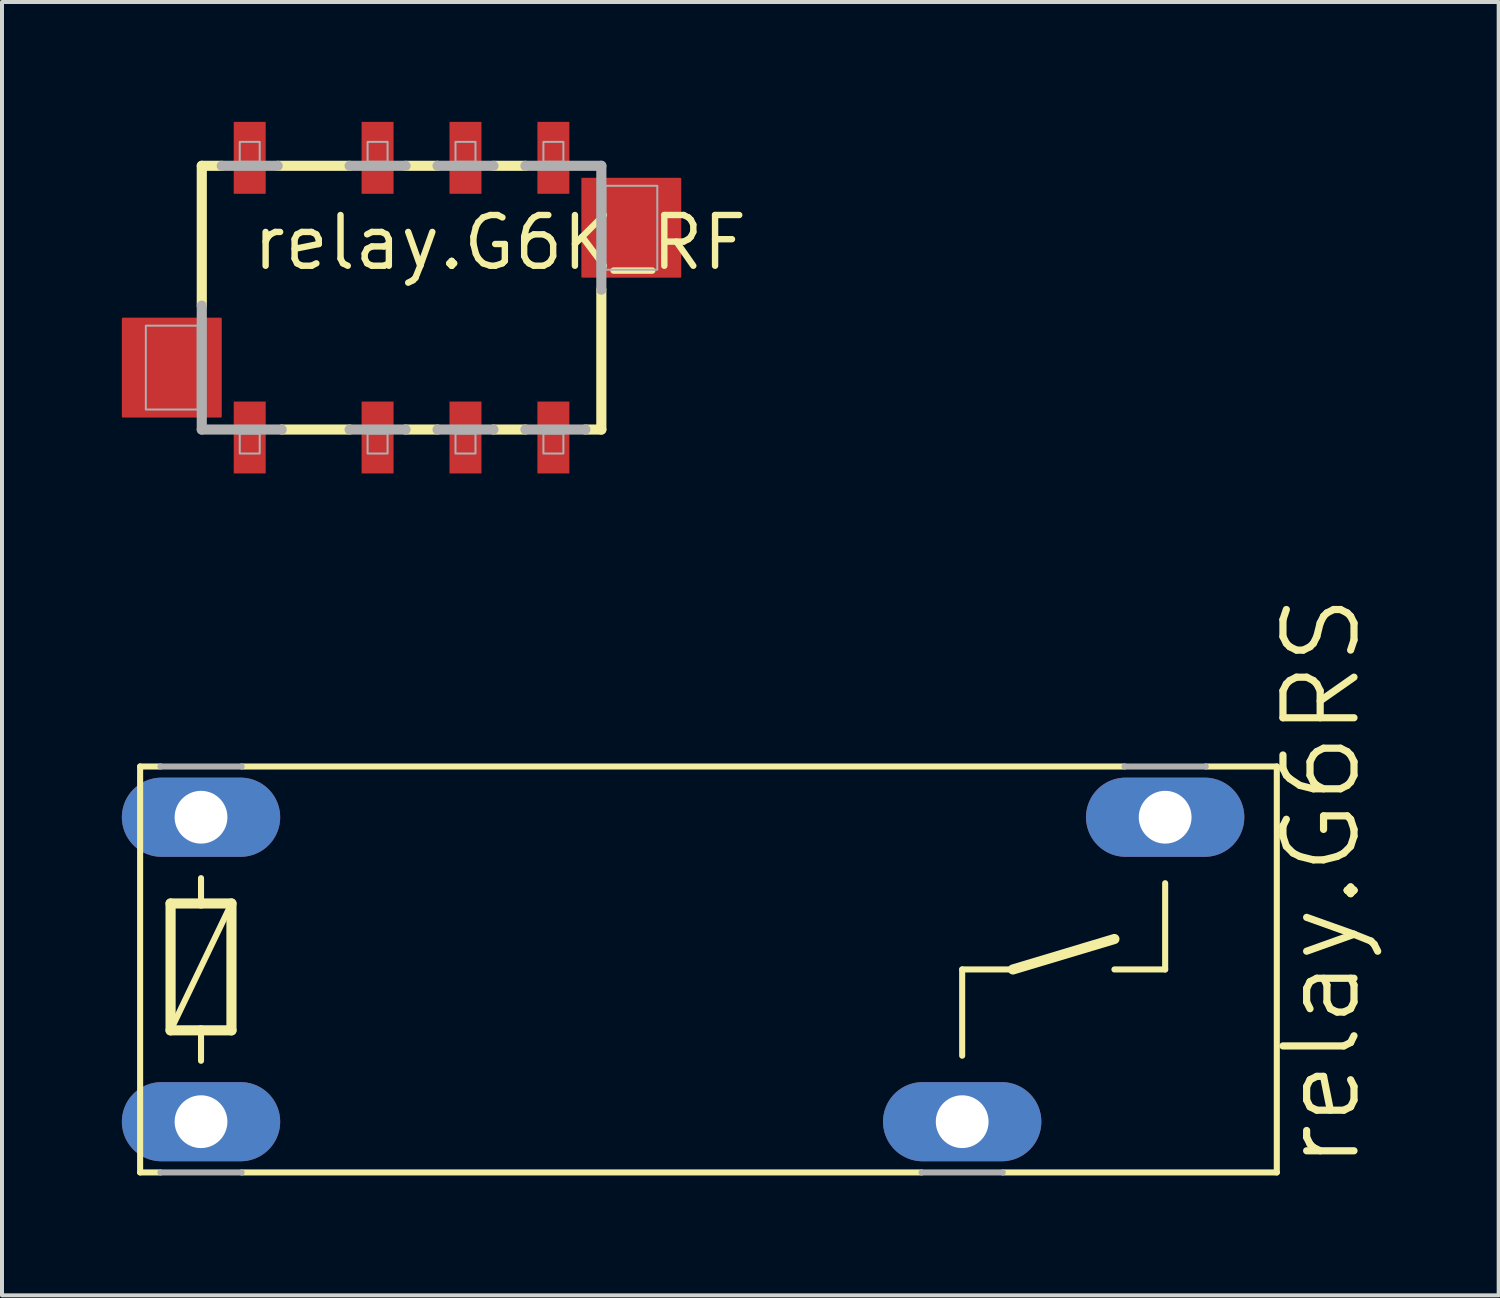
<source format=kicad_pcb>
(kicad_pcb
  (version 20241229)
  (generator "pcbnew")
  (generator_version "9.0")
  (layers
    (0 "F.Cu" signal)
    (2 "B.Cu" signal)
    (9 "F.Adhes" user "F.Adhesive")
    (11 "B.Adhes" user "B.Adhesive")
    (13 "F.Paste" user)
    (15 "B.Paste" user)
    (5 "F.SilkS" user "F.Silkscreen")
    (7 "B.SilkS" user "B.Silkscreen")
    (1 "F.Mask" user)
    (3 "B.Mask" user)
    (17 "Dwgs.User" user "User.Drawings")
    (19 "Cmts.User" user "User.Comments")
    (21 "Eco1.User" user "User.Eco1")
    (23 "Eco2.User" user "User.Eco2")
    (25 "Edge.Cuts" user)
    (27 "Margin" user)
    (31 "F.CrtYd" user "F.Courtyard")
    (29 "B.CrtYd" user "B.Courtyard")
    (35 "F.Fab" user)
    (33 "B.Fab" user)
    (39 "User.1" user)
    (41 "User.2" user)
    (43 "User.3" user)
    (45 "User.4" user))
  (footprint "relay.G6K_RF"
    (layer "F.Cu")
    (at 7 4.4)
    (property "Reference" "relay.G6K_RF" (at -3.81 -0.635 0) (layer "F.SilkS") (effects (font (size 1.27 1.27) (thickness 0.16)) (justify left bottom)))
    (attr smd)
    (fp_line (start -5 -3.3) (end -4.5 -3.3) (stroke (width 0.254) (type default)) (layer "F.SilkS"))
    (fp_line (start -5 0.2) (end -5 -3.3) (stroke (width 0.254) (type default)) (layer "F.SilkS"))
    (fp_line (start -3.1 -3.3) (end -1.3 -3.3) (stroke (width 0.254) (type default)) (layer "F.SilkS"))
    (fp_line (start -1.3 3.3) (end -3 3.3) (stroke (width 0.254) (type default)) (layer "F.SilkS"))
    (fp_line (start 0.1 -3.3) (end 0.9 -3.3) (stroke (width 0.254) (type default)) (layer "F.SilkS"))
    (fp_line (start 0.9 3.3) (end 0.1 3.3) (stroke (width 0.254) (type default)) (layer "F.SilkS"))
    (fp_line (start 2.3 -3.3) (end 3.1 -3.3) (stroke (width 0.254) (type default)) (layer "F.SilkS"))
    (fp_line (start 3.1 3.3) (end 2.3 3.3) (stroke (width 0.254) (type default)) (layer "F.SilkS"))
    (fp_line (start 5 -0.2) (end 5 3.3) (stroke (width 0.254) (type default)) (layer "F.SilkS"))
    (fp_line (start 5 3.3) (end 4.6 3.3) (stroke (width 0.254) (type default)) (layer "F.SilkS"))
    (fp_line (start -5 3.3) (end -5 0.2) (stroke (width 0.254) (type default)) (layer "F.Fab"))
    (fp_line (start -4.5 -3.3) (end -3.1 -3.3) (stroke (width 0.254) (type default)) (layer "F.Fab"))
    (fp_line (start -3 3.3) (end -5 3.3) (stroke (width 0.254) (type default)) (layer "F.Fab"))
    (fp_line (start -1.3 -3.3) (end 0.1 -3.3) (stroke (width 0.254) (type default)) (layer "F.Fab"))
    (fp_line (start 0.1 3.3) (end -1.3 3.3) (stroke (width 0.254) (type default)) (layer "F.Fab"))
    (fp_line (start 0.9 -3.3) (end 2.3 -3.3) (stroke (width 0.254) (type default)) (layer "F.Fab"))
    (fp_line (start 2.3 3.3) (end 0.9 3.3) (stroke (width 0.254) (type default)) (layer "F.Fab"))
    (fp_line (start 3.1 -3.3) (end 5 -3.3) (stroke (width 0.254) (type default)) (layer "F.Fab"))
    (fp_line (start 4.6 3.3) (end 3.1 3.3) (stroke (width 0.254) (type default)) (layer "F.Fab"))
    (fp_line (start 5 -3.3) (end 5 -0.2) (stroke (width 0.254) (type default)) (layer "F.Fab"))
    (fp_rect (start -6.4 2.8) (end -5.1 0.7) (stroke (width 0.05) (type default)) (fill no) (layer "F.Fab"))
    (fp_rect (start -4.05 -3.4) (end -3.55 -3.9) (stroke (width 0.05) (type default)) (fill no) (layer "F.Fab"))
    (fp_rect (start -4.05 3.9) (end -3.55 3.4) (stroke (width 0.05) (type default)) (fill no) (layer "F.Fab"))
    (fp_rect (start -0.85 -3.4) (end -0.35 -3.9) (stroke (width 0.05) (type default)) (fill no) (layer "F.Fab"))
    (fp_rect (start -0.85 3.9) (end -0.35 3.4) (stroke (width 0.05) (type default)) (fill no) (layer "F.Fab"))
    (fp_rect (start 1.35 -3.4) (end 1.85 -3.9) (stroke (width 0.05) (type default)) (fill no) (layer "F.Fab"))
    (fp_rect (start 1.35 3.9) (end 1.85 3.4) (stroke (width 0.05) (type default)) (fill no) (layer "F.Fab"))
    (fp_rect (start 3.55 -3.4) (end 4.05 -3.9) (stroke (width 0.05) (type default)) (fill no) (layer "F.Fab"))
    (fp_rect (start 3.55 3.9) (end 4.05 3.4) (stroke (width 0.05) (type default)) (fill no) (layer "F.Fab"))
    (fp_rect (start 5.1 -0.7) (end 6.4 -2.8) (stroke (width 0.05) (type default)) (fill no) (layer "F.Fab"))
    (pad "1" smd roundrect (at -3.8 3.5) (size 0.8 1.8) (layers "F.Cu" "F.Mask" "F.Paste") (roundrect_rratio 0.01))
    (pad "2" smd roundrect (at -0.6 3.5) (size 0.8 1.8) (layers "F.Cu" "F.Mask" "F.Paste") (roundrect_rratio 0.01))
    (pad "3" smd roundrect (at 1.6 3.5) (size 0.8 1.8) (layers "F.Cu" "F.Mask" "F.Paste") (roundrect_rratio 0.01))
    (pad "4" smd roundrect (at 3.8 3.5) (size 0.8 1.8) (layers "F.Cu" "F.Mask" "F.Paste") (roundrect_rratio 0.01))
    (pad "5" smd roundrect (at 3.8 -3.5) (size 0.8 1.8) (layers "F.Cu" "F.Mask" "F.Paste") (roundrect_rratio 0.01))
    (pad "6" smd roundrect (at 1.6 -3.5) (size 0.8 1.8) (layers "F.Cu" "F.Mask" "F.Paste") (roundrect_rratio 0.01))
    (pad "7" smd roundrect (at -0.6 -3.5) (size 0.8 1.8) (layers "F.Cu" "F.Mask" "F.Paste") (roundrect_rratio 0.01))
    (pad "8" smd roundrect (at -3.8 -3.5) (size 0.8 1.8) (layers "F.Cu" "F.Mask" "F.Paste") (roundrect_rratio 0.01))
    (pad "A" smd roundrect (at -5.75 1.75) (size 2.5 2.5) (layers "F.Cu" "F.Mask" "F.Paste") (roundrect_rratio 0.01))
    (pad "B" smd roundrect (at 5.75 -1.75) (size 2.5 2.5) (layers "F.Cu" "F.Mask" "F.Paste") (roundrect_rratio 0.01)))
  (footprint "relay.G6RS"
    (layer "F.Cu")
    (at 14.681 21.213)
    (property "Reference" "relay.G6RS" (at 16.383 5.08 90) (layer "F.SilkS") (effects (font (size 1.778 1.778) (thickness 0.18)) (justify left bottom)))
    (attr through_hole)
    (fp_line (start -14.224 -5.08) (end -13.716 -5.08) (stroke (width 0.152) (type default)) (layer "F.SilkS"))
    (fp_line (start -14.224 5.08) (end -14.224 -5.08) (stroke (width 0.152) (type default)) (layer "F.SilkS"))
    (fp_line (start -13.716 5.08) (end -14.224 5.08) (stroke (width 0.152) (type default)) (layer "F.SilkS"))
    (fp_line (start -13.462 -1.651) (end -13.462 1.524) (stroke (width 0.254) (type default)) (layer "F.SilkS"))
    (fp_line (start -13.462 1.524) (end -12.7 1.524) (stroke (width 0.254) (type default)) (layer "F.SilkS"))
    (fp_line (start -13.462 1.524) (end -11.938 -1.651) (stroke (width 0.152) (type default)) (layer "F.SilkS"))
    (fp_line (start -12.7 -2.286) (end -12.7 -1.651) (stroke (width 0.152) (type default)) (layer "F.SilkS"))
    (fp_line (start -12.7 -1.651) (end -13.462 -1.651) (stroke (width 0.254) (type default)) (layer "F.SilkS"))
    (fp_line (start -12.7 1.524) (end -12.7 2.286) (stroke (width 0.152) (type default)) (layer "F.SilkS"))
    (fp_line (start -12.7 1.524) (end -11.938 1.524) (stroke (width 0.254) (type default)) (layer "F.SilkS"))
    (fp_line (start -11.938 -1.651) (end -12.7 -1.651) (stroke (width 0.254) (type default)) (layer "F.SilkS"))
    (fp_line (start -11.938 1.524) (end -11.938 -1.651) (stroke (width 0.254) (type default)) (layer "F.SilkS"))
    (fp_line (start -11.684 5.08) (end 5.334 5.08) (stroke (width 0.152) (type default)) (layer "F.SilkS"))
    (fp_line (start 6.35 0) (end 7.62 0) (stroke (width 0.152) (type default)) (layer "F.SilkS"))
    (fp_line (start 6.35 2.159) (end 6.35 0) (stroke (width 0.152) (type default)) (layer "F.SilkS"))
    (fp_line (start 7.366 5.08) (end 14.224 5.08) (stroke (width 0.152) (type default)) (layer "F.SilkS"))
    (fp_line (start 7.62 0) (end 10.16 -0.762) (stroke (width 0.254) (type default)) (layer "F.SilkS"))
    (fp_line (start 10.414 -5.08) (end -11.684 -5.08) (stroke (width 0.152) (type default)) (layer "F.SilkS"))
    (fp_line (start 11.43 -2.159) (end 11.43 0) (stroke (width 0.152) (type default)) (layer "F.SilkS"))
    (fp_line (start 11.43 0) (end 10.16 0) (stroke (width 0.152) (type default)) (layer "F.SilkS"))
    (fp_line (start 12.446 -5.08) (end 14.224 -5.08) (stroke (width 0.152) (type default)) (layer "F.SilkS"))
    (fp_line (start 14.224 -5.08) (end 14.224 5.08) (stroke (width 0.152) (type default)) (layer "F.SilkS"))
    (fp_line (start -11.684 -5.08) (end -13.716 -5.08) (stroke (width 0.152) (type default)) (layer "F.Fab"))
    (fp_line (start -11.684 5.08) (end -13.716 5.08) (stroke (width 0.152) (type default)) (layer "F.Fab"))
    (fp_line (start 7.366 5.08) (end 5.334 5.08) (stroke (width 0.152) (type default)) (layer "F.Fab"))
    (fp_line (start 12.446 -5.08) (end 10.414 -5.08) (stroke (width 0.152) (type default)) (layer "F.Fab"))
    (pad "1" thru_hole oval (at -12.7 3.81) (size 3.962 1.981) (drill 1.321) (layers "*.Cu" "*.Mask"))
    (pad "2" thru_hole oval (at -12.7 -3.81) (size 3.962 1.981) (drill 1.321) (layers "*.Cu" "*.Mask"))
    (pad "P" thru_hole oval (at 6.35 3.81) (size 3.962 1.981) (drill 1.321) (layers "*.Cu" "*.Mask"))
    (pad "S" thru_hole oval (at 11.43 -3.81) (size 3.962 1.981) (drill 1.321) (layers "*.Cu" "*.Mask")))
  (gr_rect
    (start -3 -3)
    (end 34.458 29.369)
    (stroke (width 0.1) (type default))
    (fill no)
    (layer "Edge.Cuts")))
</source>
